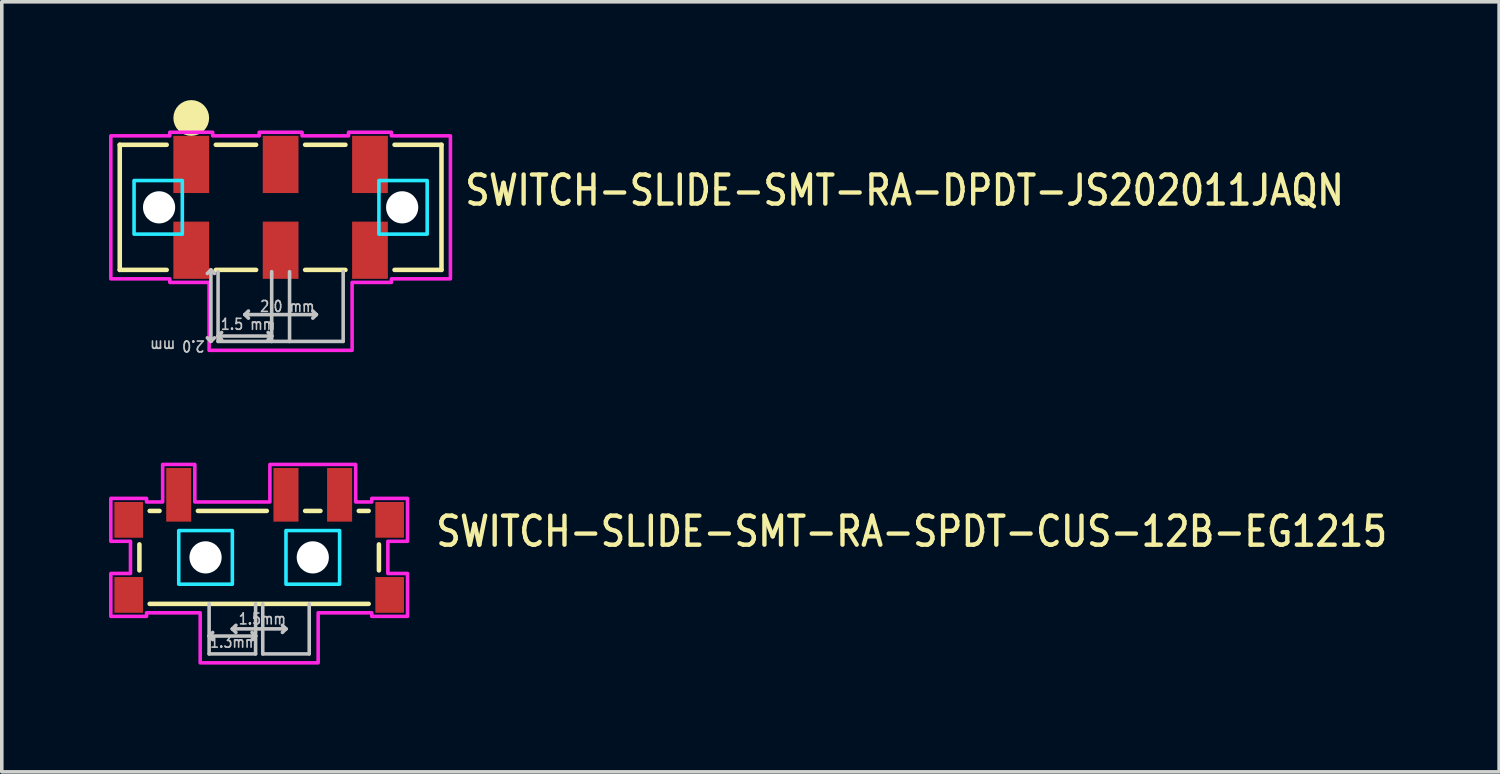
<source format=kicad_pcb>
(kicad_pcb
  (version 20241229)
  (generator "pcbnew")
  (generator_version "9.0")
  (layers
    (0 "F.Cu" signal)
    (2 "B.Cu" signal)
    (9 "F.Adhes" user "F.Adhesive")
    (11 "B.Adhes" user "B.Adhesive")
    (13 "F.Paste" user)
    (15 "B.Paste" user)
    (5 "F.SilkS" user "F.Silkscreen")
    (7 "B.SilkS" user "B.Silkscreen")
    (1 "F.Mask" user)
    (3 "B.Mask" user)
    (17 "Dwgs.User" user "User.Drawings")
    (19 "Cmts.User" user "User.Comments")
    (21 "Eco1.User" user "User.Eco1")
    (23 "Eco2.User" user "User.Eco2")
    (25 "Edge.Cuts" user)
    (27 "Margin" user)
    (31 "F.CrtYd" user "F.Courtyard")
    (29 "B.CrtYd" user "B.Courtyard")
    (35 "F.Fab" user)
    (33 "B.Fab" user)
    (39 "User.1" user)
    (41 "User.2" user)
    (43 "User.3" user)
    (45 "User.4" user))
  (footprint "SWITCH-SLIDE-SMT-RA-DPDT-JS202011JAQN"
    (layer "F.Cu")
    (at 4.8 2.75)
    (property "Reference" "SWITCH-SLIDE-SMT-RA-DPDT-JS202011JAQN" (at 5.096 0 0) (unlocked yes) (layer "F.SilkS") (effects (font (size 0.813 0.695) (thickness 0.122)) (justify left bottom)))
    (fp_line (start -4.5 -1.75) (end -4.5 1.75) (stroke (width 0.127) (type solid)) (layer "F.SilkS"))
    (fp_line (start -3.187 -1.75) (end -4.5 -1.75) (stroke (width 0.127) (type solid)) (layer "F.SilkS"))
    (fp_line (start -3.187 1.75) (end -4.5 1.75) (stroke (width 0.127) (type solid)) (layer "F.SilkS"))
    (fp_line (start -0.686 -1.75) (end -1.813 -1.75) (stroke (width 0.127) (type solid)) (layer "F.SilkS"))
    (fp_line (start -0.686 1.75) (end -1.813 1.75) (stroke (width 0.127) (type solid)) (layer "F.SilkS"))
    (fp_line (start 1.813 -1.75) (end 0.686 -1.75) (stroke (width 0.127) (type solid)) (layer "F.SilkS"))
    (fp_line (start 1.813 1.75) (end 0.686 1.75) (stroke (width 0.127) (type solid)) (layer "F.SilkS"))
    (fp_line (start 3.187 -1.75) (end 4.5 -1.75) (stroke (width 0.127) (type solid)) (layer "F.SilkS"))
    (fp_line (start 3.187 1.75) (end 4.5 1.75) (stroke (width 0.127) (type solid)) (layer "F.SilkS"))
    (fp_line (start 4.5 -1.75) (end 4.5 1.75) (stroke (width 0.127) (type solid)) (layer "F.SilkS"))
    (fp_circle (center -2.5 -2.5) (end -2.5 -2.5) (stroke (width 0.5) (type solid)) (fill no) (layer "F.SilkS"))
    (fp_line (start -1.95 1.75) (end -2.05 1.85) (stroke (width 0.1) (type solid)) (layer "Dwgs.User"))
    (fp_line (start -1.95 1.75) (end -1.95 3.75) (stroke (width 0.1) (type solid)) (layer "Dwgs.User"))
    (fp_line (start -1.95 3.75) (end -2.05 3.65) (stroke (width 0.1) (type solid)) (layer "Dwgs.User"))
    (fp_line (start -1.95 3.75) (end -1.85 3.65) (stroke (width 0.1) (type solid)) (layer "Dwgs.User"))
    (fp_line (start -1.85 1.85) (end -1.95 1.75) (stroke (width 0.1) (type solid)) (layer "Dwgs.User"))
    (fp_line (start -1.75 3.6) (end -1.75 1.8) (stroke (width 0.1) (type solid)) (layer "Dwgs.User"))
    (fp_line (start -1.75 3.6) (end -1.65 3.5) (stroke (width 0.1) (type solid)) (layer "Dwgs.User"))
    (fp_line (start -1.75 3.6) (end -1.65 3.7) (stroke (width 0.1) (type solid)) (layer "Dwgs.User"))
    (fp_line (start -1.75 3.6) (end -0.25 3.6) (stroke (width 0.1) (type solid)) (layer "Dwgs.User"))
    (fp_line (start -1.75 3.75) (end -1.75 3.6) (stroke (width 0.1) (type solid)) (layer "Dwgs.User"))
    (fp_line (start -1 3) (end -0.9 2.9) (stroke (width 0.1) (type solid)) (layer "Dwgs.User"))
    (fp_line (start -1 3) (end -0.9 3.1) (stroke (width 0.1) (type solid)) (layer "Dwgs.User"))
    (fp_line (start -0.25 1.8) (end -0.25 3.6) (stroke (width 0.1) (type solid)) (layer "Dwgs.User"))
    (fp_line (start -0.25 3.6) (end -0.35 3.5) (stroke (width 0.1) (type solid)) (layer "Dwgs.User"))
    (fp_line (start -0.25 3.6) (end -0.35 3.7) (stroke (width 0.1) (type solid)) (layer "Dwgs.User"))
    (fp_line (start -0.25 3.6) (end -0.25 3.75) (stroke (width 0.1) (type solid)) (layer "Dwgs.User"))
    (fp_line (start -0.25 3.75) (end -1.75 3.75) (stroke (width 0.1) (type solid)) (layer "Dwgs.User"))
    (fp_line (start 0.25 1.8) (end 0.25 3.75) (stroke (width 0.1) (type solid)) (layer "Dwgs.User"))
    (fp_line (start 0.25 3.75) (end -0.25 3.75) (stroke (width 0.1) (type solid)) (layer "Dwgs.User"))
    (fp_line (start 1 3) (end -1 3) (stroke (width 0.1) (type solid)) (layer "Dwgs.User"))
    (fp_line (start 1 3) (end 0.9 2.9) (stroke (width 0.1) (type solid)) (layer "Dwgs.User"))
    (fp_line (start 1 3) (end 0.9 3.1) (stroke (width 0.1) (type solid)) (layer "Dwgs.User"))
    (fp_line (start 1.75 1.8) (end 1.75 3.75) (stroke (width 0.1) (type solid)) (layer "Dwgs.User"))
    (fp_line (start 1.75 3.75) (end 0.25 3.75) (stroke (width 0.1) (type solid)) (layer "Dwgs.User"))
    (fp_poly (pts (xy -4.1 -0.75) (xy -2.75 -0.75) (xy -2.75 0.75) (xy -4.1 0.75)) (stroke (width 0.1) (type solid)) (fill no) (layer "B.CrtYd"))
    (fp_poly (pts (xy 2.75 -0.75) (xy 4.1 -0.75) (xy 4.1 0.75) (xy 2.75 0.75)) (stroke (width 0.1) (type solid)) (fill no) (layer "B.CrtYd"))
    (fp_poly (pts (xy -4.75 -2) (xy -3.1 -2) (xy -3.1 -2.1) (xy -1.9 -2.1) (xy -1.9 -2) (xy -0.6 -2) (xy -0.6 -2.1) (xy 0.6 -2.1) (xy 0.6 -2) (xy 1.9 -2) (xy 1.9 -2.1) (xy 3.1 -2.1) (xy 3.1 -2) (xy 4.75 -2) (xy 4.75 2) (xy 3.1 2) (xy 3.1 2.1) (xy 2 2.1) (xy 2 4) (xy -2 4) (xy -2 2.1) (xy -3.1 2.1) (xy -3.1 2) (xy -4.75 2)) (stroke (width 0.1) (type solid)) (fill no) (layer "F.CrtYd"))
    (fp_text user "2.0 mm" (at -2.1 3.7 180) (unlocked yes) (layer "Dwgs.User") (effects (font (size 0.305 0.261) (thickness 0.046)) (justify left bottom)))
    (fp_text user "2.0 mm" (at -0.6 2.95 0) (unlocked yes) (layer "Dwgs.User") (effects (font (size 0.305 0.261) (thickness 0.046)) (justify left bottom)))
    (fp_text user "1.5 mm" (at -1.7 3.45 0) (unlocked yes) (layer "Dwgs.User") (effects (font (size 0.305 0.261) (thickness 0.046)) (justify left bottom)))
    (pad "" np_thru_hole circle (at -3.4 0) (size 0.9 0.9) (drill 0.9) (layers "*.Cu" "*.Mask"))
    (pad "" np_thru_hole circle (at 3.4 0) (size 0.9 0.9) (drill 0.9) (layers "*.Cu" "*.Mask"))
    (pad "1" smd rect (at -2.5 -1.2) (size 1 1.6) (layers "F.Cu" "F.Mask" "F.Paste"))
    (pad "2" smd rect (at 0 -1.2) (size 1 1.6) (layers "F.Cu" "F.Mask" "F.Paste"))
    (pad "3" smd rect (at 2.5 -1.2) (size 1 1.6) (layers "F.Cu" "F.Mask" "F.Paste"))
    (pad "5" smd rect (at -2.5 1.2) (size 1 1.6) (layers "F.Cu" "F.Mask" "F.Paste"))
    (pad "6" smd rect (at 0 1.2) (size 1 1.6) (layers "F.Cu" "F.Mask" "F.Paste"))
    (pad "7" smd rect (at 2.5 1.2) (size 1 1.6) (layers "F.Cu" "F.Mask" "F.Paste")))
  (footprint "SWITCH-SLIDE-SMT-RA-SPDT-CUS-12B-EG1215"
    (layer "F.Cu")
    (at 4.2 12.542)
    (property "Reference" "SWITCH-SLIDE-SMT-RA-SPDT-CUS-12B-EG1215" (at 4.886 -0.25 0) (unlocked yes) (layer "F.SilkS") (effects (font (size 0.813 0.695) (thickness 0.122)) (justify left bottom)))
    (fp_line (start -3.35 -0.363) (end -3.35 0.363) (stroke (width 0.127) (type solid)) (layer "F.SilkS"))
    (fp_line (start -3.063 1.3) (end 3.063 1.3) (stroke (width 0.127) (type solid)) (layer "F.SilkS"))
    (fp_line (start -2.787 -1.3) (end -3.063 -1.3) (stroke (width 0.127) (type solid)) (layer "F.SilkS"))
    (fp_line (start -1.714 -1.3) (end 0.213 -1.3) (stroke (width 0.127) (type solid)) (layer "F.SilkS"))
    (fp_line (start 1.714 -1.3) (end 1.286 -1.3) (stroke (width 0.127) (type solid)) (layer "F.SilkS"))
    (fp_line (start 3.063 -1.3) (end 2.787 -1.3) (stroke (width 0.127) (type solid)) (layer "F.SilkS"))
    (fp_line (start 3.35 -0.363) (end 3.35 0.363) (stroke (width 0.127) (type solid)) (layer "F.SilkS"))
    (fp_line (start -1.4 1.3) (end -1.4 2.7) (stroke (width 0.1) (type solid)) (layer "Dwgs.User"))
    (fp_line (start -1.4 2.2) (end -1.3 2.1) (stroke (width 0.1) (type solid)) (layer "Dwgs.User"))
    (fp_line (start -1.4 2.2) (end -1.3 2.3) (stroke (width 0.1) (type solid)) (layer "Dwgs.User"))
    (fp_line (start -1.4 2.2) (end -0.1 2.2) (stroke (width 0.1) (type solid)) (layer "Dwgs.User"))
    (fp_line (start -1.4 2.7) (end -0.1 2.7) (stroke (width 0.1) (type solid)) (layer "Dwgs.User"))
    (fp_line (start -0.75 2) (end -0.65 1.9) (stroke (width 0.1) (type solid)) (layer "Dwgs.User"))
    (fp_line (start -0.75 2) (end -0.65 2.1) (stroke (width 0.1) (type solid)) (layer "Dwgs.User"))
    (fp_line (start -0.75 2) (end 0.75 2) (stroke (width 0.1) (type solid)) (layer "Dwgs.User"))
    (fp_line (start -0.1 2.2) (end -0.2 2.1) (stroke (width 0.1) (type solid)) (layer "Dwgs.User"))
    (fp_line (start -0.1 2.2) (end -0.2 2.3) (stroke (width 0.1) (type solid)) (layer "Dwgs.User"))
    (fp_line (start -0.1 2.7) (end -0.1 1.3) (stroke (width 0.1) (type solid)) (layer "Dwgs.User"))
    (fp_line (start 0.1 1.3) (end 0.1 2.7) (stroke (width 0.1) (type solid)) (layer "Dwgs.User"))
    (fp_line (start 0.1 2.7) (end 1.4 2.7) (stroke (width 0.1) (type solid)) (layer "Dwgs.User"))
    (fp_line (start 0.75 2) (end 0.65 1.9) (stroke (width 0.1) (type solid)) (layer "Dwgs.User"))
    (fp_line (start 0.75 2) (end 0.65 2.1) (stroke (width 0.1) (type solid)) (layer "Dwgs.User"))
    (fp_line (start 1.4 2.7) (end 1.4 1.3) (stroke (width 0.1) (type solid)) (layer "Dwgs.User"))
    (fp_poly (pts (xy -2.25 -0.75) (xy -0.75 -0.75) (xy -0.75 0.75) (xy -2.25 0.75)) (stroke (width 0.1) (type solid)) (fill no) (layer "B.CrtYd"))
    (fp_poly (pts (xy 0.75 -0.75) (xy 2.25 -0.75) (xy 2.25 0.75) (xy 0.75 0.75)) (stroke (width 0.1) (type solid)) (fill no) (layer "B.CrtYd"))
    (fp_poly (pts (xy -4.15 -1.65) (xy -3.15 -1.65) (xy -3.15 -1.55) (xy -2.7 -1.55) (xy -2.7 -2.6) (xy -1.8 -2.6) (xy -1.8 -1.55) (xy 0.3 -1.55) (xy 0.3 -2.6) (xy 2.7 -2.6) (xy 2.7 -1.55) (xy 3.15 -1.55) (xy 3.15 -1.65) (xy 4.15 -1.65) (xy 4.15 -0.45) (xy 3.6 -0.45) (xy 3.6 0.45) (xy 4.15 0.45) (xy 4.15 1.65) (xy 3.15 1.65) (xy 3.15 1.55) (xy 1.65 1.55) (xy 1.65 2.95) (xy -1.65 2.95) (xy -1.65 1.55) (xy -3.15 1.55) (xy -3.15 1.65) (xy -4.15 1.65) (xy -4.15 0.45) (xy -3.6 0.45) (xy -3.6 -0.45) (xy -4.15 -0.45)) (stroke (width 0.1) (type solid)) (fill no) (layer "F.CrtYd"))
    (fp_text user "1.5mm" (at -0.6 1.9 0) (unlocked yes) (layer "Dwgs.User") (effects (font (size 0.305 0.261) (thickness 0.046)) (justify left bottom)))
    (fp_text user "1.3mm" (at -1.4 2.55 0) (unlocked yes) (layer "Dwgs.User") (effects (font (size 0.305 0.261) (thickness 0.046)) (justify left bottom)))
    (pad "" np_thru_hole circle (at -1.5 0) (size 0.9 0.9) (drill 0.9) (layers "*.Cu" "*.Mask"))
    (pad "" np_thru_hole circle (at 1.5 0) (size 0.9 0.9) (drill 0.9) (layers "*.Cu" "*.Mask"))
    (pad "1" smd rect (at -2.25 -1.75) (size 0.7 1.5) (layers "F.Cu" "F.Mask" "F.Paste"))
    (pad "2" smd rect (at 0.75 -1.75) (size 0.7 1.5) (layers "F.Cu" "F.Mask" "F.Paste"))
    (pad "3" smd rect (at 2.25 -1.75) (size 0.7 1.5) (layers "F.Cu" "F.Mask" "F.Paste"))
    (pad "C_1" smd rect (at -3.65 1.05) (size 0.8 1) (layers "F.Cu" "F.Mask" "F.Paste"))
    (pad "C_2" smd rect (at -3.65 -1.05) (size 0.8 1) (layers "F.Cu" "F.Mask" "F.Paste"))
    (pad "C_3" smd rect (at 3.65 -1.05) (size 0.8 1) (layers "F.Cu" "F.Mask" "F.Paste"))
    (pad "C_4" smd rect (at 3.65 1.05) (size 0.8 1) (layers "F.Cu" "F.Mask" "F.Paste")))
  (gr_rect
    (start -3 -3)
    (end 38.886 18.542)
    (stroke (width 0.1) (type default))
    (fill no)
    (layer "Edge.Cuts")))
</source>
